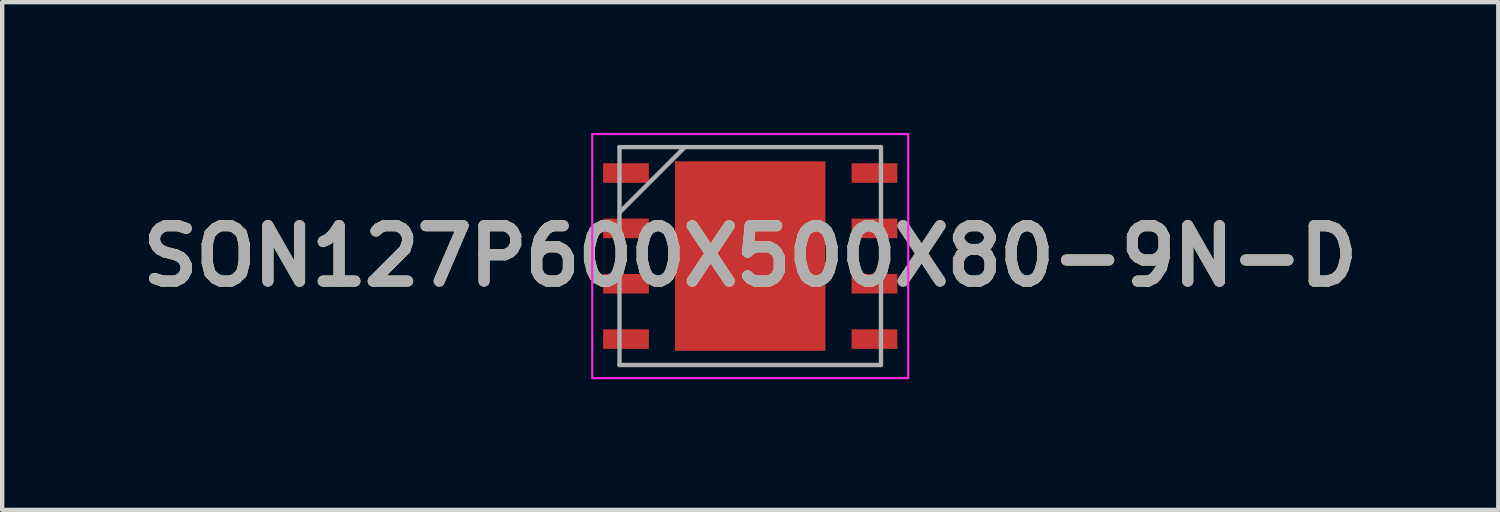
<source format=kicad_pcb>
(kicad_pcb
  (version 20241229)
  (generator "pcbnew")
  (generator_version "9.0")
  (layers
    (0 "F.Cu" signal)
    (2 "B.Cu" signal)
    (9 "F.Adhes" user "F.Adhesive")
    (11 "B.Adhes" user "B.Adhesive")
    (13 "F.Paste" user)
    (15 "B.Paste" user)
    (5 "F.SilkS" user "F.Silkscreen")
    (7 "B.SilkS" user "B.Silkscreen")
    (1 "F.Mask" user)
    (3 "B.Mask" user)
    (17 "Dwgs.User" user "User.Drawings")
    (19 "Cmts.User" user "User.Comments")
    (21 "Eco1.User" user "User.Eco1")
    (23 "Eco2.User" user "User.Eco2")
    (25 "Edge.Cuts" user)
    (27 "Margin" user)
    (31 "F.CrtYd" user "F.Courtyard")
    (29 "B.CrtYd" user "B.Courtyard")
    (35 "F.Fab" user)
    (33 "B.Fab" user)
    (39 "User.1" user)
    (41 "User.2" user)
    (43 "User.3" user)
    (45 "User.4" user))
  (footprint "SON127P600X500X80-9N-D"
    (layer "F.Cu")
    (at 14.164 2.825)
    (property "Reference" "SON127P600X500X80-9N-D" (at 0 0 0) (layer "F.SilkS") (effects (font (size 1.27 1.27) (thickness 0.254))))
    (attr smd)
    (fp_line (start -3.625 -2.8) (end 3.625 -2.8) (stroke (width 0.05) (type solid)) (layer "F.CrtYd"))
    (fp_line (start -3.625 2.8) (end -3.625 -2.8) (stroke (width 0.05) (type solid)) (layer "F.CrtYd"))
    (fp_line (start 3.625 -2.8) (end 3.625 2.8) (stroke (width 0.05) (type solid)) (layer "F.CrtYd"))
    (fp_line (start 3.625 2.8) (end -3.625 2.8) (stroke (width 0.05) (type solid)) (layer "F.CrtYd"))
    (fp_line (start -3 -2.5) (end 3 -2.5) (stroke (width 0.1) (type solid)) (layer "F.Fab"))
    (fp_line (start -3 -1) (end -1.5 -2.5) (stroke (width 0.1) (type solid)) (layer "F.Fab"))
    (fp_line (start -3 2.5) (end -3 -2.5) (stroke (width 0.1) (type solid)) (layer "F.Fab"))
    (fp_line (start 3 -2.5) (end 3 2.5) (stroke (width 0.1) (type solid)) (layer "F.Fab"))
    (fp_line (start 3 2.5) (end -3 2.5) (stroke (width 0.1) (type solid)) (layer "F.Fab"))
    (fp_text user "${REFERENCE}" (at 0 0 0) (layer "F.Fab") (effects (font (size 1.27 1.27) (thickness 0.254))))
    (pad "1" smd rect (at -2.85 -1.905 90) (size 0.45 1.05) (layers "F.Cu" "F.Mask" "F.Paste"))
    (pad "2" smd rect (at -2.85 -0.635 90) (size 0.45 1.05) (layers "F.Cu" "F.Mask" "F.Paste"))
    (pad "3" smd rect (at -2.85 0.635 90) (size 0.45 1.05) (layers "F.Cu" "F.Mask" "F.Paste"))
    (pad "4" smd rect (at -2.85 1.905 90) (size 0.45 1.05) (layers "F.Cu" "F.Mask" "F.Paste"))
    (pad "5" smd rect (at 2.85 1.905 90) (size 0.45 1.05) (layers "F.Cu" "F.Mask" "F.Paste"))
    (pad "6" smd rect (at 2.85 0.635 90) (size 0.45 1.05) (layers "F.Cu" "F.Mask" "F.Paste"))
    (pad "7" smd rect (at 2.85 -0.635 90) (size 0.45 1.05) (layers "F.Cu" "F.Mask" "F.Paste"))
    (pad "8" smd rect (at 2.85 -1.905 90) (size 0.45 1.05) (layers "F.Cu" "F.Mask" "F.Paste"))
    (pad "9" smd rect (at 0 0) (size 3.45 4.35) (layers "F.Cu" "F.Mask" "F.Paste")))
  (gr_rect
    (start -3 -3)
    (end 31.327 8.65)
    (stroke (width 0.1) (type default))
    (fill no)
    (layer "Edge.Cuts")))
</source>
